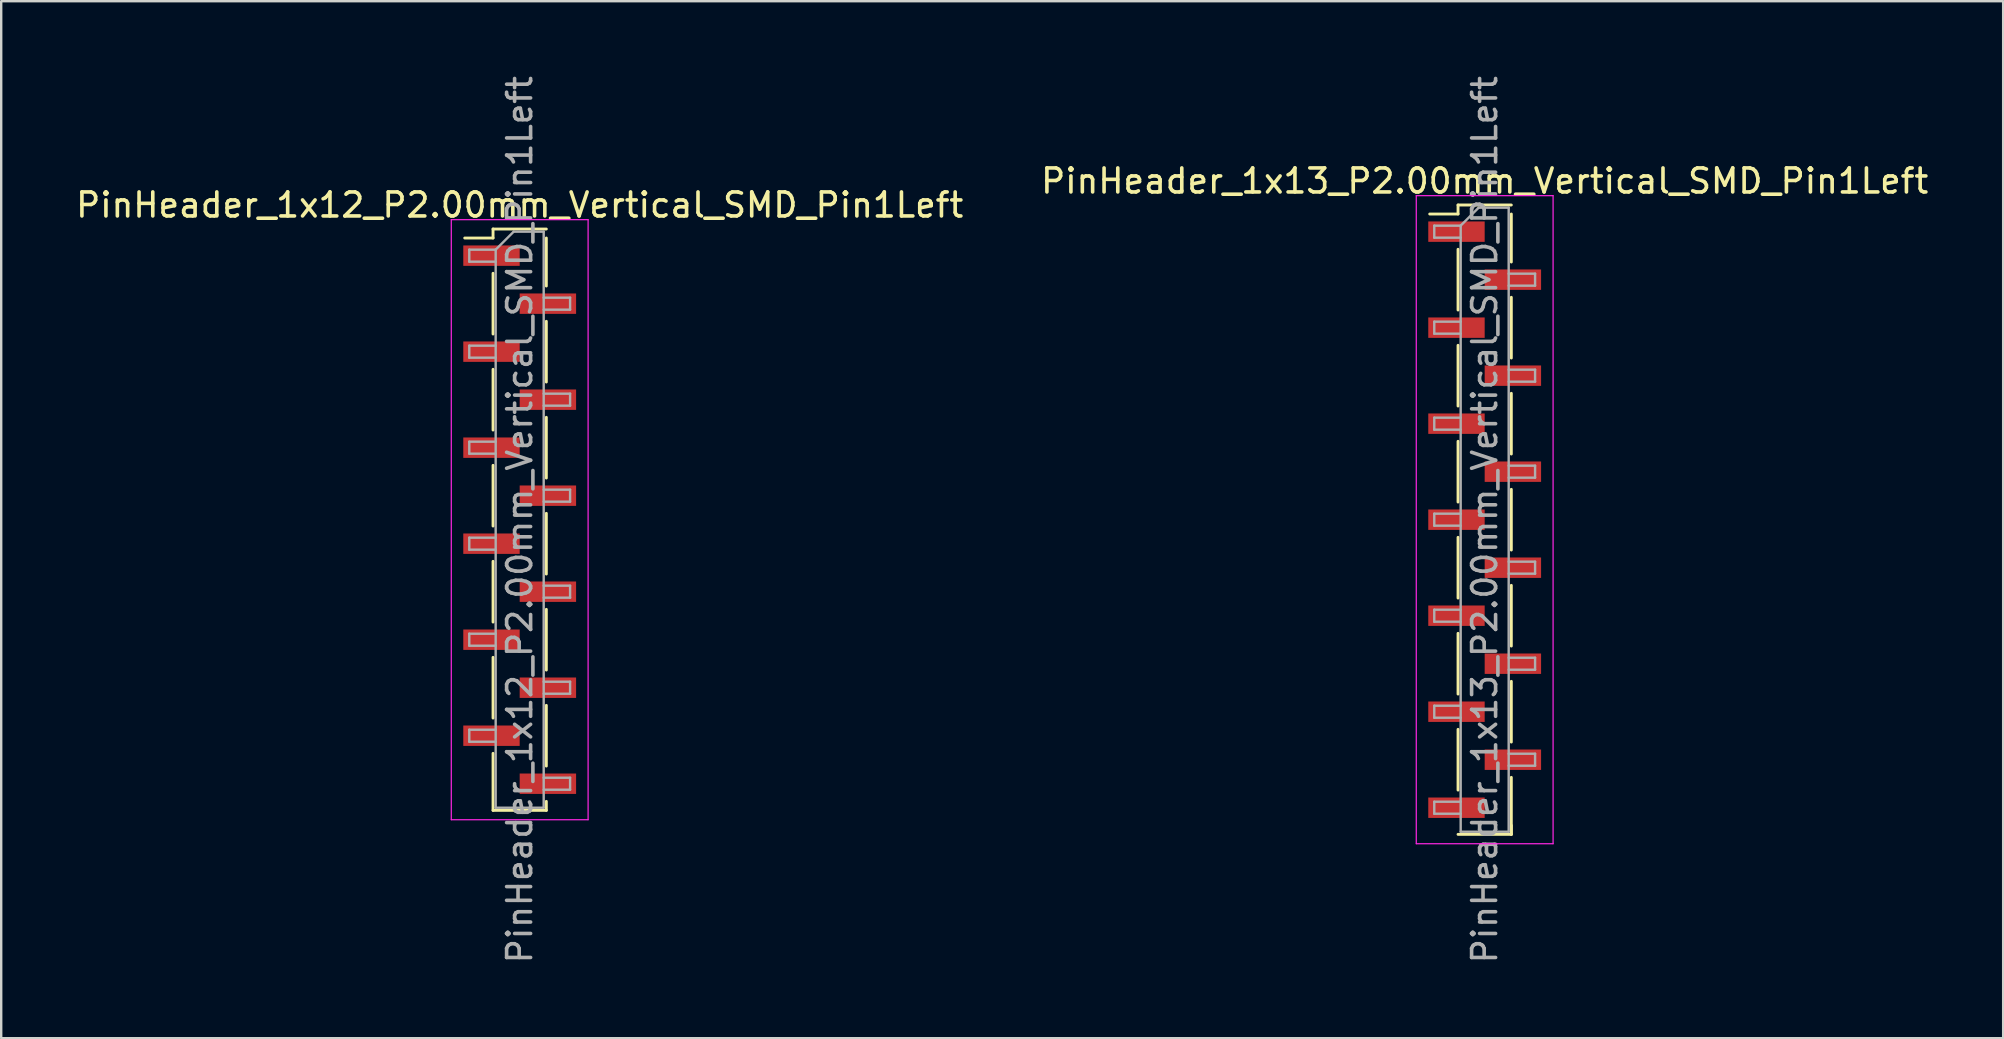
<source format=kicad_pcb>
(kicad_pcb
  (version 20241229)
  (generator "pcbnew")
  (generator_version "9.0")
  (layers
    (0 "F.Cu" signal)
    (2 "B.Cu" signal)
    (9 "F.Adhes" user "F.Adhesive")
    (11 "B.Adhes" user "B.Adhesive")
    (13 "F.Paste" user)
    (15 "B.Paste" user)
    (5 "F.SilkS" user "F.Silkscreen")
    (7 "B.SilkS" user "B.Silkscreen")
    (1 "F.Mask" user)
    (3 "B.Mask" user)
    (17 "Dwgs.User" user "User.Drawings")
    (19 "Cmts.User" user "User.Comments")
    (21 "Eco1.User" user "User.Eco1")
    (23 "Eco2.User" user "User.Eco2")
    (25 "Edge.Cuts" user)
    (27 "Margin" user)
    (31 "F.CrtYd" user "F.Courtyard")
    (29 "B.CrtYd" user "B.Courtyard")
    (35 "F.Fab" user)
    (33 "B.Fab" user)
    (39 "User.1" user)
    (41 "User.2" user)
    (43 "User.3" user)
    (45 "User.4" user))
  (footprint "PinHeader_1x12_P2.00mm_Vertical_SMD_Pin1Left"
    (layer "F.Cu")
    (at 18.601 18.601)
    (property "Reference" "PinHeader_1x12_P2.00mm_Vertical_SMD_Pin1Left" (at 0 -13.11 0) (layer "F.SilkS") (effects (font (size 1 1) (thickness 0.15))))
    (attr smd)
    (fp_line (start -1.11 -12.11) (end -1.11 -11.735) (stroke (width 0.12) (type solid)) (layer "F.SilkS"))
    (fp_line (start -1.11 -12.11) (end 1.11 -12.11) (stroke (width 0.12) (type solid)) (layer "F.SilkS"))
    (fp_line (start -1.11 -11.735) (end -2.29 -11.735) (stroke (width 0.12) (type solid)) (layer "F.SilkS"))
    (fp_line (start -1.11 -10.265) (end -1.11 -7.735) (stroke (width 0.12) (type solid)) (layer "F.SilkS"))
    (fp_line (start -1.11 -6.265) (end -1.11 -3.735) (stroke (width 0.12) (type solid)) (layer "F.SilkS"))
    (fp_line (start -1.11 -2.265) (end -1.11 0.265) (stroke (width 0.12) (type solid)) (layer "F.SilkS"))
    (fp_line (start -1.11 1.735) (end -1.11 4.265) (stroke (width 0.12) (type solid)) (layer "F.SilkS"))
    (fp_line (start -1.11 5.735) (end -1.11 8.265) (stroke (width 0.12) (type solid)) (layer "F.SilkS"))
    (fp_line (start -1.11 9.735) (end -1.11 12.11) (stroke (width 0.12) (type solid)) (layer "F.SilkS"))
    (fp_line (start -1.11 12.11) (end 1.11 12.11) (stroke (width 0.12) (type solid)) (layer "F.SilkS"))
    (fp_line (start 1.11 -11.735) (end 1.11 -9.735) (stroke (width 0.12) (type solid)) (layer "F.SilkS"))
    (fp_line (start 1.11 -8.265) (end 1.11 -5.735) (stroke (width 0.12) (type solid)) (layer "F.SilkS"))
    (fp_line (start 1.11 -4.265) (end 1.11 -1.735) (stroke (width 0.12) (type solid)) (layer "F.SilkS"))
    (fp_line (start 1.11 -0.265) (end 1.11 2.265) (stroke (width 0.12) (type solid)) (layer "F.SilkS"))
    (fp_line (start 1.11 3.735) (end 1.11 6.265) (stroke (width 0.12) (type solid)) (layer "F.SilkS"))
    (fp_line (start 1.11 7.735) (end 1.11 10.265) (stroke (width 0.12) (type solid)) (layer "F.SilkS"))
    (fp_line (start 1.11 11.735) (end 1.11 12.11) (stroke (width 0.12) (type solid)) (layer "F.SilkS"))
    (fp_line (start -2.85 -12.5) (end -2.85 12.5) (stroke (width 0.05) (type solid)) (layer "F.CrtYd"))
    (fp_line (start -2.85 12.5) (end 2.85 12.5) (stroke (width 0.05) (type solid)) (layer "F.CrtYd"))
    (fp_line (start 2.85 -12.5) (end -2.85 -12.5) (stroke (width 0.05) (type solid)) (layer "F.CrtYd"))
    (fp_line (start 2.85 12.5) (end 2.85 -12.5) (stroke (width 0.05) (type solid)) (layer "F.CrtYd"))
    (fp_line (start -2.1 -11.25) (end -2.1 -10.75) (stroke (width 0.1) (type solid)) (layer "F.Fab"))
    (fp_line (start -2.1 -10.75) (end -1 -10.75) (stroke (width 0.1) (type solid)) (layer "F.Fab"))
    (fp_line (start -2.1 -7.25) (end -2.1 -6.75) (stroke (width 0.1) (type solid)) (layer "F.Fab"))
    (fp_line (start -2.1 -6.75) (end -1 -6.75) (stroke (width 0.1) (type solid)) (layer "F.Fab"))
    (fp_line (start -2.1 -3.25) (end -2.1 -2.75) (stroke (width 0.1) (type solid)) (layer "F.Fab"))
    (fp_line (start -2.1 -2.75) (end -1 -2.75) (stroke (width 0.1) (type solid)) (layer "F.Fab"))
    (fp_line (start -2.1 0.75) (end -2.1 1.25) (stroke (width 0.1) (type solid)) (layer "F.Fab"))
    (fp_line (start -2.1 1.25) (end -1 1.25) (stroke (width 0.1) (type solid)) (layer "F.Fab"))
    (fp_line (start -2.1 4.75) (end -2.1 5.25) (stroke (width 0.1) (type solid)) (layer "F.Fab"))
    (fp_line (start -2.1 5.25) (end -1 5.25) (stroke (width 0.1) (type solid)) (layer "F.Fab"))
    (fp_line (start -2.1 8.75) (end -2.1 9.25) (stroke (width 0.1) (type solid)) (layer "F.Fab"))
    (fp_line (start -2.1 9.25) (end -1 9.25) (stroke (width 0.1) (type solid)) (layer "F.Fab"))
    (fp_line (start -1 -11.25) (end -2.1 -11.25) (stroke (width 0.1) (type solid)) (layer "F.Fab"))
    (fp_line (start -1 -11.25) (end -0.25 -12) (stroke (width 0.1) (type solid)) (layer "F.Fab"))
    (fp_line (start -1 -7.25) (end -2.1 -7.25) (stroke (width 0.1) (type solid)) (layer "F.Fab"))
    (fp_line (start -1 -3.25) (end -2.1 -3.25) (stroke (width 0.1) (type solid)) (layer "F.Fab"))
    (fp_line (start -1 0.75) (end -2.1 0.75) (stroke (width 0.1) (type solid)) (layer "F.Fab"))
    (fp_line (start -1 4.75) (end -2.1 4.75) (stroke (width 0.1) (type solid)) (layer "F.Fab"))
    (fp_line (start -1 8.75) (end -2.1 8.75) (stroke (width 0.1) (type solid)) (layer "F.Fab"))
    (fp_line (start -1 12) (end -1 -11.25) (stroke (width 0.1) (type solid)) (layer "F.Fab"))
    (fp_line (start -0.25 -12) (end 1 -12) (stroke (width 0.1) (type solid)) (layer "F.Fab"))
    (fp_line (start 1 -12) (end 1 12) (stroke (width 0.1) (type solid)) (layer "F.Fab"))
    (fp_line (start 1 -9.25) (end 2.1 -9.25) (stroke (width 0.1) (type solid)) (layer "F.Fab"))
    (fp_line (start 1 -5.25) (end 2.1 -5.25) (stroke (width 0.1) (type solid)) (layer "F.Fab"))
    (fp_line (start 1 -1.25) (end 2.1 -1.25) (stroke (width 0.1) (type solid)) (layer "F.Fab"))
    (fp_line (start 1 2.75) (end 2.1 2.75) (stroke (width 0.1) (type solid)) (layer "F.Fab"))
    (fp_line (start 1 6.75) (end 2.1 6.75) (stroke (width 0.1) (type solid)) (layer "F.Fab"))
    (fp_line (start 1 10.75) (end 2.1 10.75) (stroke (width 0.1) (type solid)) (layer "F.Fab"))
    (fp_line (start 1 12) (end -1 12) (stroke (width 0.1) (type solid)) (layer "F.Fab"))
    (fp_line (start 2.1 -9.25) (end 2.1 -8.75) (stroke (width 0.1) (type solid)) (layer "F.Fab"))
    (fp_line (start 2.1 -8.75) (end 1 -8.75) (stroke (width 0.1) (type solid)) (layer "F.Fab"))
    (fp_line (start 2.1 -5.25) (end 2.1 -4.75) (stroke (width 0.1) (type solid)) (layer "F.Fab"))
    (fp_line (start 2.1 -4.75) (end 1 -4.75) (stroke (width 0.1) (type solid)) (layer "F.Fab"))
    (fp_line (start 2.1 -1.25) (end 2.1 -0.75) (stroke (width 0.1) (type solid)) (layer "F.Fab"))
    (fp_line (start 2.1 -0.75) (end 1 -0.75) (stroke (width 0.1) (type solid)) (layer "F.Fab"))
    (fp_line (start 2.1 2.75) (end 2.1 3.25) (stroke (width 0.1) (type solid)) (layer "F.Fab"))
    (fp_line (start 2.1 3.25) (end 1 3.25) (stroke (width 0.1) (type solid)) (layer "F.Fab"))
    (fp_line (start 2.1 6.75) (end 2.1 7.25) (stroke (width 0.1) (type solid)) (layer "F.Fab"))
    (fp_line (start 2.1 7.25) (end 1 7.25) (stroke (width 0.1) (type solid)) (layer "F.Fab"))
    (fp_line (start 2.1 10.75) (end 2.1 11.25) (stroke (width 0.1) (type solid)) (layer "F.Fab"))
    (fp_line (start 2.1 11.25) (end 1 11.25) (stroke (width 0.1) (type solid)) (layer "F.Fab"))
    (fp_text user "${REFERENCE}" (at 0 0 90) (layer "F.Fab") (effects (font (size 1 1) (thickness 0.15))))
    (pad "1" smd rect (at -1.175 -11) (size 2.35 0.85) (layers "F.Cu" "F.Mask" "F.Paste"))
    (pad "2" smd rect (at 1.175 -9) (size 2.35 0.85) (layers "F.Cu" "F.Mask" "F.Paste"))
    (pad "3" smd rect (at -1.175 -7) (size 2.35 0.85) (layers "F.Cu" "F.Mask" "F.Paste"))
    (pad "4" smd rect (at 1.175 -5) (size 2.35 0.85) (layers "F.Cu" "F.Mask" "F.Paste"))
    (pad "5" smd rect (at -1.175 -3) (size 2.35 0.85) (layers "F.Cu" "F.Mask" "F.Paste"))
    (pad "6" smd rect (at 1.175 -1) (size 2.35 0.85) (layers "F.Cu" "F.Mask" "F.Paste"))
    (pad "7" smd rect (at -1.175 1) (size 2.35 0.85) (layers "F.Cu" "F.Mask" "F.Paste"))
    (pad "8" smd rect (at 1.175 3) (size 2.35 0.85) (layers "F.Cu" "F.Mask" "F.Paste"))
    (pad "9" smd rect (at -1.175 5) (size 2.35 0.85) (layers "F.Cu" "F.Mask" "F.Paste"))
    (pad "10" smd rect (at 1.175 7) (size 2.35 0.85) (layers "F.Cu" "F.Mask" "F.Paste"))
    (pad "11" smd rect (at -1.175 9) (size 2.35 0.85) (layers "F.Cu" "F.Mask" "F.Paste"))
    (pad "12" smd rect (at 1.175 11) (size 2.35 0.85) (layers "F.Cu" "F.Mask" "F.Paste")))
  (footprint "PinHeader_1x13_P2.00mm_Vertical_SMD_Pin1Left"
    (layer "F.Cu")
    (at 58.804 18.601)
    (property "Reference" "PinHeader_1x13_P2.00mm_Vertical_SMD_Pin1Left" (at 0 -14.11 0) (layer "F.SilkS") (effects (font (size 1 1) (thickness 0.15))))
    (attr smd)
    (fp_line (start -1.11 -13.11) (end -1.11 -12.735) (stroke (width 0.12) (type solid)) (layer "F.SilkS"))
    (fp_line (start -1.11 -13.11) (end 1.11 -13.11) (stroke (width 0.12) (type solid)) (layer "F.SilkS"))
    (fp_line (start -1.11 -12.735) (end -2.29 -12.735) (stroke (width 0.12) (type solid)) (layer "F.SilkS"))
    (fp_line (start -1.11 -11.265) (end -1.11 -8.735) (stroke (width 0.12) (type solid)) (layer "F.SilkS"))
    (fp_line (start -1.11 -7.265) (end -1.11 -4.735) (stroke (width 0.12) (type solid)) (layer "F.SilkS"))
    (fp_line (start -1.11 -3.265) (end -1.11 -0.735) (stroke (width 0.12) (type solid)) (layer "F.SilkS"))
    (fp_line (start -1.11 0.735) (end -1.11 3.265) (stroke (width 0.12) (type solid)) (layer "F.SilkS"))
    (fp_line (start -1.11 4.735) (end -1.11 7.265) (stroke (width 0.12) (type solid)) (layer "F.SilkS"))
    (fp_line (start -1.11 8.735) (end -1.11 11.265) (stroke (width 0.12) (type solid)) (layer "F.SilkS"))
    (fp_line (start -1.11 13.11) (end 1.11 13.11) (stroke (width 0.12) (type solid)) (layer "F.SilkS"))
    (fp_line (start 1.11 -12.735) (end 1.11 -10.735) (stroke (width 0.12) (type solid)) (layer "F.SilkS"))
    (fp_line (start 1.11 -9.265) (end 1.11 -6.735) (stroke (width 0.12) (type solid)) (layer "F.SilkS"))
    (fp_line (start 1.11 -5.265) (end 1.11 -2.735) (stroke (width 0.12) (type solid)) (layer "F.SilkS"))
    (fp_line (start 1.11 -1.265) (end 1.11 1.265) (stroke (width 0.12) (type solid)) (layer "F.SilkS"))
    (fp_line (start 1.11 2.735) (end 1.11 5.265) (stroke (width 0.12) (type solid)) (layer "F.SilkS"))
    (fp_line (start 1.11 6.735) (end 1.11 9.265) (stroke (width 0.12) (type solid)) (layer "F.SilkS"))
    (fp_line (start 1.11 10.735) (end 1.11 13.11) (stroke (width 0.12) (type solid)) (layer "F.SilkS"))
    (fp_line (start 1.11 12.735) (end 1.11 13.11) (stroke (width 0.12) (type solid)) (layer "F.SilkS"))
    (fp_line (start -2.85 -13.5) (end -2.85 13.5) (stroke (width 0.05) (type solid)) (layer "F.CrtYd"))
    (fp_line (start -2.85 13.5) (end 2.85 13.5) (stroke (width 0.05) (type solid)) (layer "F.CrtYd"))
    (fp_line (start 2.85 -13.5) (end -2.85 -13.5) (stroke (width 0.05) (type solid)) (layer "F.CrtYd"))
    (fp_line (start 2.85 13.5) (end 2.85 -13.5) (stroke (width 0.05) (type solid)) (layer "F.CrtYd"))
    (fp_line (start -2.1 -12.25) (end -2.1 -11.75) (stroke (width 0.1) (type solid)) (layer "F.Fab"))
    (fp_line (start -2.1 -11.75) (end -1 -11.75) (stroke (width 0.1) (type solid)) (layer "F.Fab"))
    (fp_line (start -2.1 -8.25) (end -2.1 -7.75) (stroke (width 0.1) (type solid)) (layer "F.Fab"))
    (fp_line (start -2.1 -7.75) (end -1 -7.75) (stroke (width 0.1) (type solid)) (layer "F.Fab"))
    (fp_line (start -2.1 -4.25) (end -2.1 -3.75) (stroke (width 0.1) (type solid)) (layer "F.Fab"))
    (fp_line (start -2.1 -3.75) (end -1 -3.75) (stroke (width 0.1) (type solid)) (layer "F.Fab"))
    (fp_line (start -2.1 -0.25) (end -2.1 0.25) (stroke (width 0.1) (type solid)) (layer "F.Fab"))
    (fp_line (start -2.1 0.25) (end -1 0.25) (stroke (width 0.1) (type solid)) (layer "F.Fab"))
    (fp_line (start -2.1 3.75) (end -2.1 4.25) (stroke (width 0.1) (type solid)) (layer "F.Fab"))
    (fp_line (start -2.1 4.25) (end -1 4.25) (stroke (width 0.1) (type solid)) (layer "F.Fab"))
    (fp_line (start -2.1 7.75) (end -2.1 8.25) (stroke (width 0.1) (type solid)) (layer "F.Fab"))
    (fp_line (start -2.1 8.25) (end -1 8.25) (stroke (width 0.1) (type solid)) (layer "F.Fab"))
    (fp_line (start -2.1 11.75) (end -2.1 12.25) (stroke (width 0.1) (type solid)) (layer "F.Fab"))
    (fp_line (start -2.1 12.25) (end -1 12.25) (stroke (width 0.1) (type solid)) (layer "F.Fab"))
    (fp_line (start -1 -12.25) (end -2.1 -12.25) (stroke (width 0.1) (type solid)) (layer "F.Fab"))
    (fp_line (start -1 -12.25) (end -0.25 -13) (stroke (width 0.1) (type solid)) (layer "F.Fab"))
    (fp_line (start -1 -8.25) (end -2.1 -8.25) (stroke (width 0.1) (type solid)) (layer "F.Fab"))
    (fp_line (start -1 -4.25) (end -2.1 -4.25) (stroke (width 0.1) (type solid)) (layer "F.Fab"))
    (fp_line (start -1 -0.25) (end -2.1 -0.25) (stroke (width 0.1) (type solid)) (layer "F.Fab"))
    (fp_line (start -1 3.75) (end -2.1 3.75) (stroke (width 0.1) (type solid)) (layer "F.Fab"))
    (fp_line (start -1 7.75) (end -2.1 7.75) (stroke (width 0.1) (type solid)) (layer "F.Fab"))
    (fp_line (start -1 11.75) (end -2.1 11.75) (stroke (width 0.1) (type solid)) (layer "F.Fab"))
    (fp_line (start -1 13) (end -1 -12.25) (stroke (width 0.1) (type solid)) (layer "F.Fab"))
    (fp_line (start -0.25 -13) (end 1 -13) (stroke (width 0.1) (type solid)) (layer "F.Fab"))
    (fp_line (start 1 -13) (end 1 13) (stroke (width 0.1) (type solid)) (layer "F.Fab"))
    (fp_line (start 1 -10.25) (end 2.1 -10.25) (stroke (width 0.1) (type solid)) (layer "F.Fab"))
    (fp_line (start 1 -6.25) (end 2.1 -6.25) (stroke (width 0.1) (type solid)) (layer "F.Fab"))
    (fp_line (start 1 -2.25) (end 2.1 -2.25) (stroke (width 0.1) (type solid)) (layer "F.Fab"))
    (fp_line (start 1 1.75) (end 2.1 1.75) (stroke (width 0.1) (type solid)) (layer "F.Fab"))
    (fp_line (start 1 5.75) (end 2.1 5.75) (stroke (width 0.1) (type solid)) (layer "F.Fab"))
    (fp_line (start 1 9.75) (end 2.1 9.75) (stroke (width 0.1) (type solid)) (layer "F.Fab"))
    (fp_line (start 1 13) (end -1 13) (stroke (width 0.1) (type solid)) (layer "F.Fab"))
    (fp_line (start 2.1 -10.25) (end 2.1 -9.75) (stroke (width 0.1) (type solid)) (layer "F.Fab"))
    (fp_line (start 2.1 -9.75) (end 1 -9.75) (stroke (width 0.1) (type solid)) (layer "F.Fab"))
    (fp_line (start 2.1 -6.25) (end 2.1 -5.75) (stroke (width 0.1) (type solid)) (layer "F.Fab"))
    (fp_line (start 2.1 -5.75) (end 1 -5.75) (stroke (width 0.1) (type solid)) (layer "F.Fab"))
    (fp_line (start 2.1 -2.25) (end 2.1 -1.75) (stroke (width 0.1) (type solid)) (layer "F.Fab"))
    (fp_line (start 2.1 -1.75) (end 1 -1.75) (stroke (width 0.1) (type solid)) (layer "F.Fab"))
    (fp_line (start 2.1 1.75) (end 2.1 2.25) (stroke (width 0.1) (type solid)) (layer "F.Fab"))
    (fp_line (start 2.1 2.25) (end 1 2.25) (stroke (width 0.1) (type solid)) (layer "F.Fab"))
    (fp_line (start 2.1 5.75) (end 2.1 6.25) (stroke (width 0.1) (type solid)) (layer "F.Fab"))
    (fp_line (start 2.1 6.25) (end 1 6.25) (stroke (width 0.1) (type solid)) (layer "F.Fab"))
    (fp_line (start 2.1 9.75) (end 2.1 10.25) (stroke (width 0.1) (type solid)) (layer "F.Fab"))
    (fp_line (start 2.1 10.25) (end 1 10.25) (stroke (width 0.1) (type solid)) (layer "F.Fab"))
    (fp_text user "${REFERENCE}" (at 0 0 90) (layer "F.Fab") (effects (font (size 1 1) (thickness 0.15))))
    (pad "1" smd rect (at -1.175 -12) (size 2.35 0.85) (layers "F.Cu" "F.Mask" "F.Paste"))
    (pad "2" smd rect (at 1.175 -10) (size 2.35 0.85) (layers "F.Cu" "F.Mask" "F.Paste"))
    (pad "3" smd rect (at -1.175 -8) (size 2.35 0.85) (layers "F.Cu" "F.Mask" "F.Paste"))
    (pad "4" smd rect (at 1.175 -6) (size 2.35 0.85) (layers "F.Cu" "F.Mask" "F.Paste"))
    (pad "5" smd rect (at -1.175 -4) (size 2.35 0.85) (layers "F.Cu" "F.Mask" "F.Paste"))
    (pad "6" smd rect (at 1.175 -2) (size 2.35 0.85) (layers "F.Cu" "F.Mask" "F.Paste"))
    (pad "7" smd rect (at -1.175 0) (size 2.35 0.85) (layers "F.Cu" "F.Mask" "F.Paste"))
    (pad "8" smd rect (at 1.175 2) (size 2.35 0.85) (layers "F.Cu" "F.Mask" "F.Paste"))
    (pad "9" smd rect (at -1.175 4) (size 2.35 0.85) (layers "F.Cu" "F.Mask" "F.Paste"))
    (pad "10" smd rect (at 1.175 6) (size 2.35 0.85) (layers "F.Cu" "F.Mask" "F.Paste"))
    (pad "11" smd rect (at -1.175 8) (size 2.35 0.85) (layers "F.Cu" "F.Mask" "F.Paste"))
    (pad "12" smd rect (at 1.175 10) (size 2.35 0.85) (layers "F.Cu" "F.Mask" "F.Paste"))
    (pad "13" smd rect (at -1.175 12) (size 2.35 0.85) (layers "F.Cu" "F.Mask" "F.Paste")))
  (gr_rect
    (start -3 -3)
    (end 80.405 40.202)
    (stroke (width 0.1) (type default))
    (fill no)
    (layer "Edge.Cuts")))
</source>
